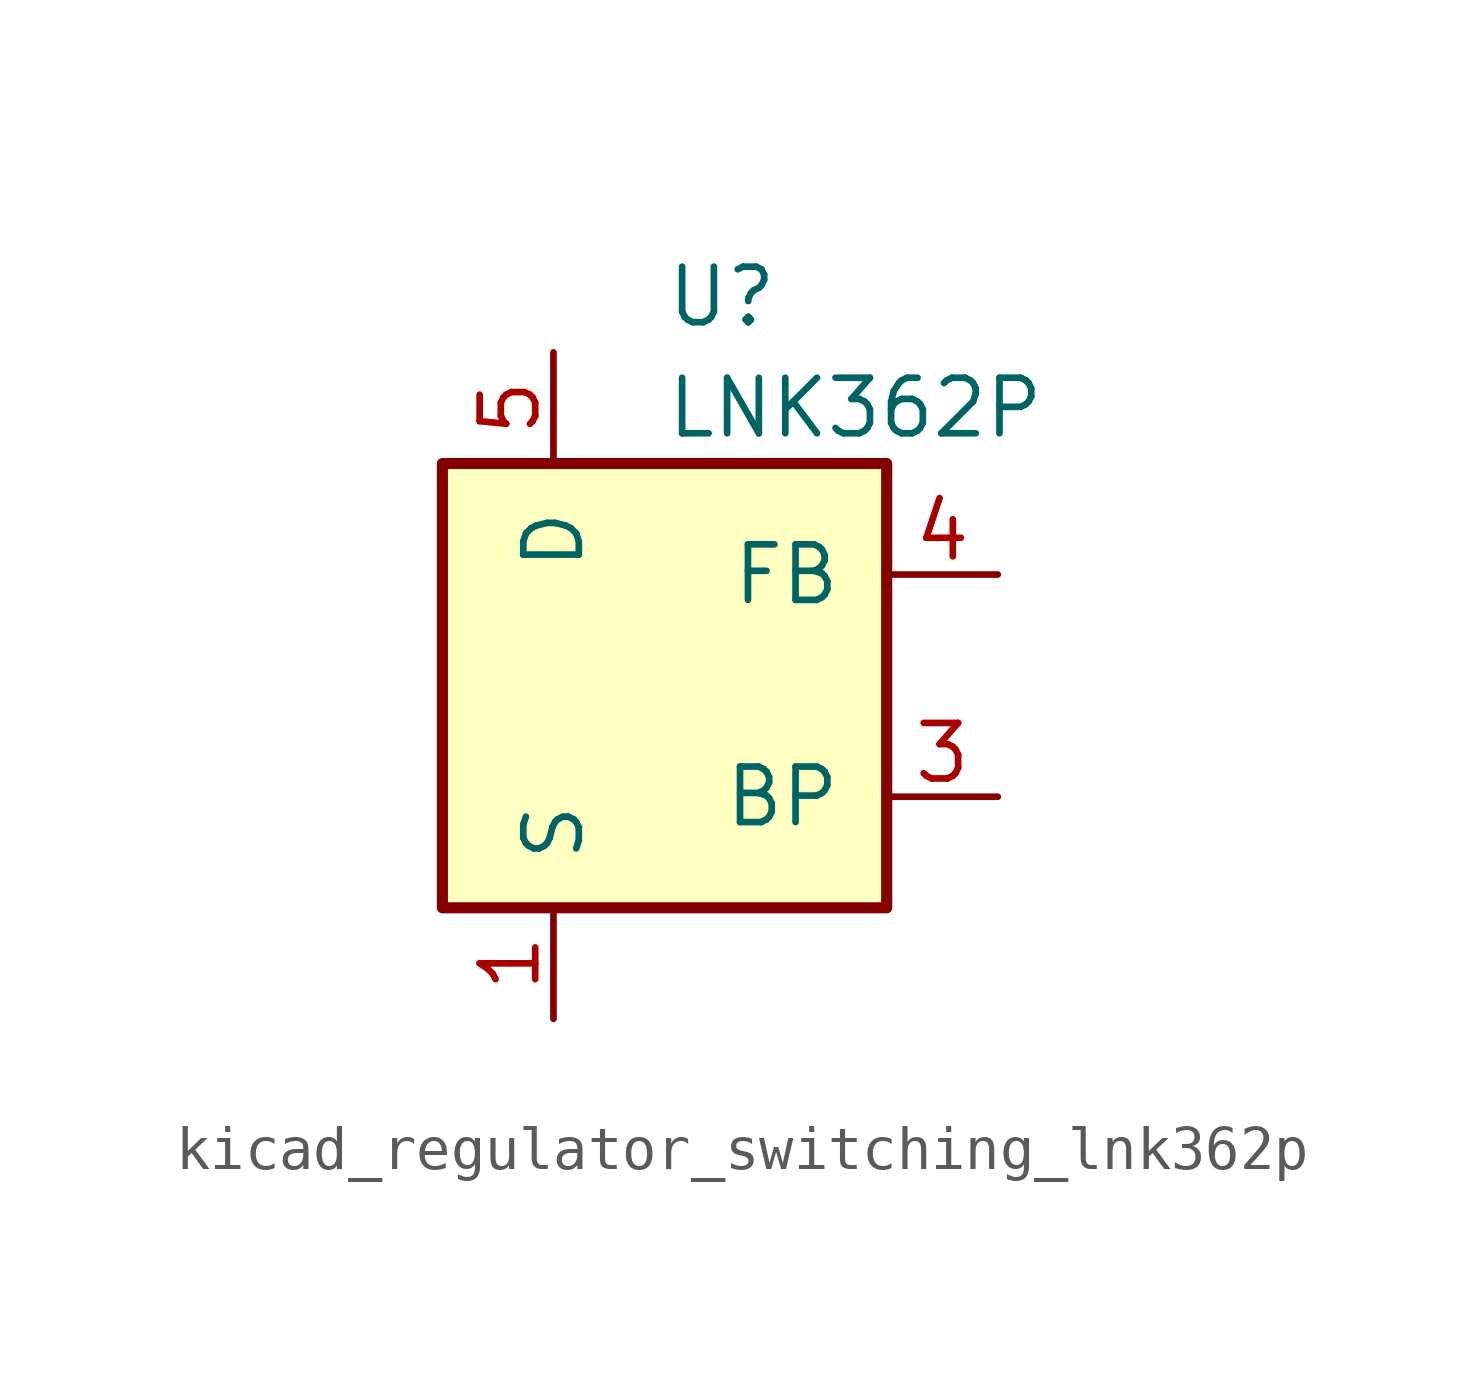
<source format=kicad_sym>
(kicad_symbol_lib
  (version 20220914)
  (generator kicad_symbol_editor)
  (symbol "kicad_regulator_switching_lnk362p"
    (pin_names
      (offset 1.016))
    (property "Reference" "U"
      (at 0 8.89 0)
      (effects (font (size 1.27 1.27)) (justify left)))
    (property "Value" "LNK362P"
      (at 0 6.35 0)
      (effects (font (size 1.27 1.27)) (justify left)))
    (symbol "kicad_regulator_switching_lnk362p_0_1"
      (rectangle (start -5.08 5.08) (end 5.08 -5.08) (stroke (width 0.254) (type default)) (fill (type background))))
    (symbol "kicad_regulator_switching_lnk362p_1_1"
      (pin power_in line (at -2.54 -7.62 90) (length 2.54) (name "S" (effects (font (size 1.27 1.27)))) (number "1" (effects (font (size 1.27 1.27)))))
      (pin passive line (at -2.54 -7.62 90) (length 2.54) hide (name "S" (effects (font (size 1.27 1.27)))) (number "2" (effects (font (size 1.27 1.27)))))
      (pin input line (at 7.62 -2.54 180) (length 2.54) (name "BP" (effects (font (size 1.27 1.27)))) (number "3" (effects (font (size 1.27 1.27)))))
      (pin input line (at 7.62 2.54 180) (length 2.54) (name "FB" (effects (font (size 1.27 1.27)))) (number "4" (effects (font (size 1.27 1.27)))))
      (pin open_collector line (at -2.54 7.62 270) (length 2.54) (name "D" (effects (font (size 1.27 1.27)))) (number "5" (effects (font (size 1.27 1.27)))))
      (pin passive line (at -2.54 -7.62 90) (length 2.54) hide (name "S" (effects (font (size 1.27 1.27)))) (number "7" (effects (font (size 1.27 1.27)))))
      (pin passive line (at -2.54 -7.62 90) (length 2.54) hide (name "S" (effects (font (size 1.27 1.27)))) (number "8" (effects (font (size 1.27 1.27))))))))
</source>
